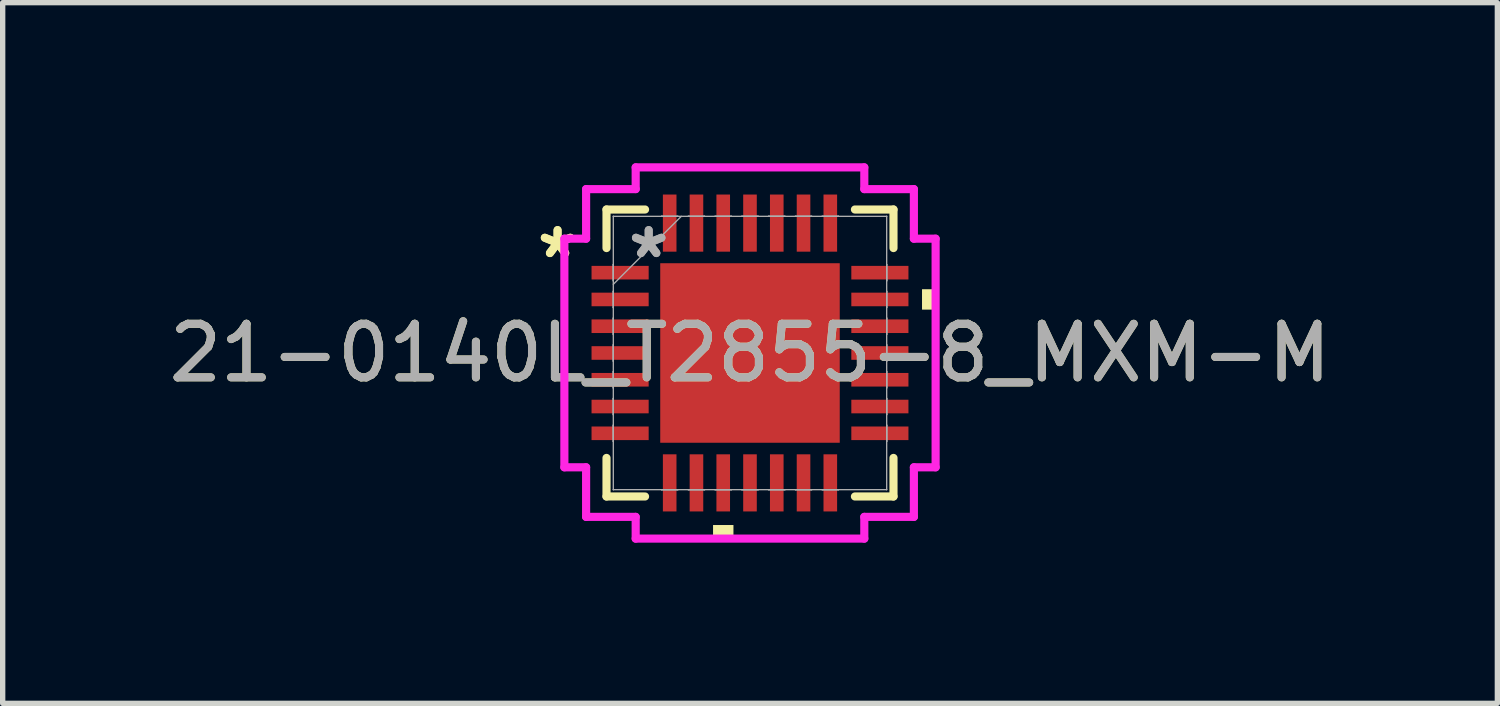
<source format=kicad_pcb>
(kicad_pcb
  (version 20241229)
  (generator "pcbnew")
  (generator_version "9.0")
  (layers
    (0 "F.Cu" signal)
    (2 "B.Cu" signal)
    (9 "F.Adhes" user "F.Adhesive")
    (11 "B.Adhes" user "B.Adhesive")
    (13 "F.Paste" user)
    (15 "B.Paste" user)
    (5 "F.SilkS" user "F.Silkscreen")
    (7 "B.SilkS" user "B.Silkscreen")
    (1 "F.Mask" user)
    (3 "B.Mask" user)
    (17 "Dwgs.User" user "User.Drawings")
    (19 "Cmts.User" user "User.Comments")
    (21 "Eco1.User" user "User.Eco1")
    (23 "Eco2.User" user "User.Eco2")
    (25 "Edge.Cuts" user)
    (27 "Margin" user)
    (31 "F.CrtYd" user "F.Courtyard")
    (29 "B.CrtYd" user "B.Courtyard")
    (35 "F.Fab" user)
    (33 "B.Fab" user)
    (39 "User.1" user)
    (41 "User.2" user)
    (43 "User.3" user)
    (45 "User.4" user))
  (footprint "21-0140L_T2855-8_MXM-M"
    (layer "F.Cu")
    (at 10.958 3.543)
    (property "Reference" "21-0140L_T2855-8_MXM-M" (at 0 0 0) (unlocked yes) (layer "F.SilkS") (effects (font (size 1 1) (thickness 0.15))))
    (attr smd)
    (fp_line (start -2.68 -2.68) (end -2.68 -1.96) (stroke (width 0.152) (type solid)) (layer "F.SilkS"))
    (fp_line (start -2.68 1.96) (end -2.68 2.68) (stroke (width 0.152) (type solid)) (layer "F.SilkS"))
    (fp_line (start -2.68 2.68) (end -1.96 2.68) (stroke (width 0.152) (type solid)) (layer "F.SilkS"))
    (fp_line (start -1.96 -2.68) (end -2.68 -2.68) (stroke (width 0.152) (type solid)) (layer "F.SilkS"))
    (fp_line (start 1.96 2.68) (end 2.68 2.68) (stroke (width 0.152) (type solid)) (layer "F.SilkS"))
    (fp_line (start 2.68 -2.68) (end 1.96 -2.68) (stroke (width 0.152) (type solid)) (layer "F.SilkS"))
    (fp_line (start 2.68 -1.96) (end 2.68 -2.68) (stroke (width 0.152) (type solid)) (layer "F.SilkS"))
    (fp_line (start 2.68 2.68) (end 2.68 1.96) (stroke (width 0.152) (type solid)) (layer "F.SilkS"))
    (fp_poly (pts (xy -0.69 3.213) (xy -0.69 3.467) (xy -0.309 3.467) (xy -0.309 3.213)) (stroke (width 0) (type solid)) (fill yes) (layer "F.SilkS"))
    (fp_poly (pts (xy 3.467 -1.191) (xy 3.467 -0.81) (xy 3.213 -0.81) (xy 3.213 -1.191)) (stroke (width 0) (type solid)) (fill yes) (layer "F.SilkS"))
    (fp_poly (pts (xy -1.576 -1.576) (xy -1.576 -0.1) (xy -0.1 -0.1) (xy -0.1 -1.576)) (stroke (width 0) (type solid)) (fill yes) (layer "F.Paste"))
    (fp_poly (pts (xy -1.576 0.1) (xy -1.576 1.576) (xy -0.1 1.576) (xy -0.1 0.1)) (stroke (width 0) (type solid)) (fill yes) (layer "F.Paste"))
    (fp_poly (pts (xy 0.1 -1.576) (xy 0.1 -0.1) (xy 1.576 -0.1) (xy 1.576 -1.576)) (stroke (width 0) (type solid)) (fill yes) (layer "F.Paste"))
    (fp_poly (pts (xy 0.1 0.1) (xy 0.1 1.576) (xy 1.576 1.576) (xy 1.576 0.1)) (stroke (width 0) (type solid)) (fill yes) (layer "F.Paste"))
    (fp_line (start -3.467 -2.135) (end -3.061 -2.135) (stroke (width 0.152) (type solid)) (layer "F.CrtYd"))
    (fp_line (start -3.467 2.135) (end -3.467 -2.135) (stroke (width 0.152) (type solid)) (layer "F.CrtYd"))
    (fp_line (start -3.061 -3.061) (end -2.135 -3.061) (stroke (width 0.152) (type solid)) (layer "F.CrtYd"))
    (fp_line (start -3.061 -2.135) (end -3.061 -3.061) (stroke (width 0.152) (type solid)) (layer "F.CrtYd"))
    (fp_line (start -3.061 2.135) (end -3.467 2.135) (stroke (width 0.152) (type solid)) (layer "F.CrtYd"))
    (fp_line (start -3.061 3.061) (end -3.061 2.135) (stroke (width 0.152) (type solid)) (layer "F.CrtYd"))
    (fp_line (start -2.135 -3.467) (end 2.135 -3.467) (stroke (width 0.152) (type solid)) (layer "F.CrtYd"))
    (fp_line (start -2.135 -3.061) (end -2.135 -3.467) (stroke (width 0.152) (type solid)) (layer "F.CrtYd"))
    (fp_line (start -2.135 3.061) (end -3.061 3.061) (stroke (width 0.152) (type solid)) (layer "F.CrtYd"))
    (fp_line (start -2.135 3.467) (end -2.135 3.061) (stroke (width 0.152) (type solid)) (layer "F.CrtYd"))
    (fp_line (start 2.135 -3.467) (end 2.135 -3.061) (stroke (width 0.152) (type solid)) (layer "F.CrtYd"))
    (fp_line (start 2.135 -3.061) (end 3.061 -3.061) (stroke (width 0.152) (type solid)) (layer "F.CrtYd"))
    (fp_line (start 2.135 3.061) (end 2.135 3.467) (stroke (width 0.152) (type solid)) (layer "F.CrtYd"))
    (fp_line (start 2.135 3.467) (end -2.135 3.467) (stroke (width 0.152) (type solid)) (layer "F.CrtYd"))
    (fp_line (start 3.061 -3.061) (end 3.061 -2.135) (stroke (width 0.152) (type solid)) (layer "F.CrtYd"))
    (fp_line (start 3.061 -2.135) (end 3.467 -2.135) (stroke (width 0.152) (type solid)) (layer "F.CrtYd"))
    (fp_line (start 3.061 2.135) (end 3.061 3.061) (stroke (width 0.152) (type solid)) (layer "F.CrtYd"))
    (fp_line (start 3.061 3.061) (end 2.135 3.061) (stroke (width 0.152) (type solid)) (layer "F.CrtYd"))
    (fp_line (start 3.467 -2.135) (end 3.467 2.135) (stroke (width 0.152) (type solid)) (layer "F.CrtYd"))
    (fp_line (start 3.467 2.135) (end 3.061 2.135) (stroke (width 0.152) (type solid)) (layer "F.CrtYd"))
    (fp_line (start -2.553 -2.553) (end -2.553 -2.553) (stroke (width 0.025) (type solid)) (layer "F.Fab"))
    (fp_line (start -2.553 -2.553) (end -2.553 2.553) (stroke (width 0.025) (type solid)) (layer "F.Fab"))
    (fp_line (start -2.553 -1.652) (end -2.553 -1.652) (stroke (width 0.025) (type solid)) (layer "F.Fab"))
    (fp_line (start -2.553 -1.652) (end -2.553 -1.348) (stroke (width 0.025) (type solid)) (layer "F.Fab"))
    (fp_line (start -2.553 -1.348) (end -2.553 -1.652) (stroke (width 0.025) (type solid)) (layer "F.Fab"))
    (fp_line (start -2.553 -1.348) (end -2.553 -1.348) (stroke (width 0.025) (type solid)) (layer "F.Fab"))
    (fp_line (start -2.553 -1.283) (end -1.283 -2.553) (stroke (width 0.025) (type solid)) (layer "F.Fab"))
    (fp_line (start -2.553 -1.152) (end -2.553 -1.152) (stroke (width 0.025) (type solid)) (layer "F.Fab"))
    (fp_line (start -2.553 -1.152) (end -2.553 -0.848) (stroke (width 0.025) (type solid)) (layer "F.Fab"))
    (fp_line (start -2.553 -0.848) (end -2.553 -1.152) (stroke (width 0.025) (type solid)) (layer "F.Fab"))
    (fp_line (start -2.553 -0.848) (end -2.553 -0.848) (stroke (width 0.025) (type solid)) (layer "F.Fab"))
    (fp_line (start -2.553 -0.652) (end -2.553 -0.652) (stroke (width 0.025) (type solid)) (layer "F.Fab"))
    (fp_line (start -2.553 -0.652) (end -2.553 -0.348) (stroke (width 0.025) (type solid)) (layer "F.Fab"))
    (fp_line (start -2.553 -0.348) (end -2.553 -0.652) (stroke (width 0.025) (type solid)) (layer "F.Fab"))
    (fp_line (start -2.553 -0.348) (end -2.553 -0.348) (stroke (width 0.025) (type solid)) (layer "F.Fab"))
    (fp_line (start -2.553 -0.152) (end -2.553 -0.152) (stroke (width 0.025) (type solid)) (layer "F.Fab"))
    (fp_line (start -2.553 -0.152) (end -2.553 0.152) (stroke (width 0.025) (type solid)) (layer "F.Fab"))
    (fp_line (start -2.553 0.152) (end -2.553 -0.152) (stroke (width 0.025) (type solid)) (layer "F.Fab"))
    (fp_line (start -2.553 0.152) (end -2.553 0.152) (stroke (width 0.025) (type solid)) (layer "F.Fab"))
    (fp_line (start -2.553 0.348) (end -2.553 0.348) (stroke (width 0.025) (type solid)) (layer "F.Fab"))
    (fp_line (start -2.553 0.348) (end -2.553 0.652) (stroke (width 0.025) (type solid)) (layer "F.Fab"))
    (fp_line (start -2.553 0.652) (end -2.553 0.348) (stroke (width 0.025) (type solid)) (layer "F.Fab"))
    (fp_line (start -2.553 0.652) (end -2.553 0.652) (stroke (width 0.025) (type solid)) (layer "F.Fab"))
    (fp_line (start -2.553 0.848) (end -2.553 0.848) (stroke (width 0.025) (type solid)) (layer "F.Fab"))
    (fp_line (start -2.553 0.848) (end -2.553 1.152) (stroke (width 0.025) (type solid)) (layer "F.Fab"))
    (fp_line (start -2.553 1.152) (end -2.553 0.848) (stroke (width 0.025) (type solid)) (layer "F.Fab"))
    (fp_line (start -2.553 1.152) (end -2.553 1.152) (stroke (width 0.025) (type solid)) (layer "F.Fab"))
    (fp_line (start -2.553 1.348) (end -2.553 1.348) (stroke (width 0.025) (type solid)) (layer "F.Fab"))
    (fp_line (start -2.553 1.348) (end -2.553 1.652) (stroke (width 0.025) (type solid)) (layer "F.Fab"))
    (fp_line (start -2.553 1.652) (end -2.553 1.348) (stroke (width 0.025) (type solid)) (layer "F.Fab"))
    (fp_line (start -2.553 1.652) (end -2.553 1.652) (stroke (width 0.025) (type solid)) (layer "F.Fab"))
    (fp_line (start -2.553 2.553) (end -2.553 2.553) (stroke (width 0.025) (type solid)) (layer "F.Fab"))
    (fp_line (start -2.553 2.553) (end 2.553 2.553) (stroke (width 0.025) (type solid)) (layer "F.Fab"))
    (fp_line (start -1.652 -2.553) (end -1.652 -2.553) (stroke (width 0.025) (type solid)) (layer "F.Fab"))
    (fp_line (start -1.652 -2.553) (end -1.348 -2.553) (stroke (width 0.025) (type solid)) (layer "F.Fab"))
    (fp_line (start -1.652 2.553) (end -1.652 2.553) (stroke (width 0.025) (type solid)) (layer "F.Fab"))
    (fp_line (start -1.652 2.553) (end -1.348 2.553) (stroke (width 0.025) (type solid)) (layer "F.Fab"))
    (fp_line (start -1.348 -2.553) (end -1.652 -2.553) (stroke (width 0.025) (type solid)) (layer "F.Fab"))
    (fp_line (start -1.348 -2.553) (end -1.348 -2.553) (stroke (width 0.025) (type solid)) (layer "F.Fab"))
    (fp_line (start -1.348 2.553) (end -1.652 2.553) (stroke (width 0.025) (type solid)) (layer "F.Fab"))
    (fp_line (start -1.348 2.553) (end -1.348 2.553) (stroke (width 0.025) (type solid)) (layer "F.Fab"))
    (fp_line (start -1.152 -2.553) (end -1.152 -2.553) (stroke (width 0.025) (type solid)) (layer "F.Fab"))
    (fp_line (start -1.152 -2.553) (end -0.848 -2.553) (stroke (width 0.025) (type solid)) (layer "F.Fab"))
    (fp_line (start -1.152 2.553) (end -1.152 2.553) (stroke (width 0.025) (type solid)) (layer "F.Fab"))
    (fp_line (start -1.152 2.553) (end -0.848 2.553) (stroke (width 0.025) (type solid)) (layer "F.Fab"))
    (fp_line (start -0.848 -2.553) (end -1.152 -2.553) (stroke (width 0.025) (type solid)) (layer "F.Fab"))
    (fp_line (start -0.848 -2.553) (end -0.848 -2.553) (stroke (width 0.025) (type solid)) (layer "F.Fab"))
    (fp_line (start -0.848 2.553) (end -1.152 2.553) (stroke (width 0.025) (type solid)) (layer "F.Fab"))
    (fp_line (start -0.848 2.553) (end -0.848 2.553) (stroke (width 0.025) (type solid)) (layer "F.Fab"))
    (fp_line (start -0.652 -2.553) (end -0.652 -2.553) (stroke (width 0.025) (type solid)) (layer "F.Fab"))
    (fp_line (start -0.652 -2.553) (end -0.348 -2.553) (stroke (width 0.025) (type solid)) (layer "F.Fab"))
    (fp_line (start -0.652 2.553) (end -0.652 2.553) (stroke (width 0.025) (type solid)) (layer "F.Fab"))
    (fp_line (start -0.652 2.553) (end -0.348 2.553) (stroke (width 0.025) (type solid)) (layer "F.Fab"))
    (fp_line (start -0.348 -2.553) (end -0.652 -2.553) (stroke (width 0.025) (type solid)) (layer "F.Fab"))
    (fp_line (start -0.348 -2.553) (end -0.348 -2.553) (stroke (width 0.025) (type solid)) (layer "F.Fab"))
    (fp_line (start -0.348 2.553) (end -0.652 2.553) (stroke (width 0.025) (type solid)) (layer "F.Fab"))
    (fp_line (start -0.348 2.553) (end -0.348 2.553) (stroke (width 0.025) (type solid)) (layer "F.Fab"))
    (fp_line (start -0.152 -2.553) (end -0.152 -2.553) (stroke (width 0.025) (type solid)) (layer "F.Fab"))
    (fp_line (start -0.152 -2.553) (end 0.152 -2.553) (stroke (width 0.025) (type solid)) (layer "F.Fab"))
    (fp_line (start -0.152 2.553) (end -0.152 2.553) (stroke (width 0.025) (type solid)) (layer "F.Fab"))
    (fp_line (start -0.152 2.553) (end 0.152 2.553) (stroke (width 0.025) (type solid)) (layer "F.Fab"))
    (fp_line (start 0.152 -2.553) (end -0.152 -2.553) (stroke (width 0.025) (type solid)) (layer "F.Fab"))
    (fp_line (start 0.152 -2.553) (end 0.152 -2.553) (stroke (width 0.025) (type solid)) (layer "F.Fab"))
    (fp_line (start 0.152 2.553) (end -0.152 2.553) (stroke (width 0.025) (type solid)) (layer "F.Fab"))
    (fp_line (start 0.152 2.553) (end 0.152 2.553) (stroke (width 0.025) (type solid)) (layer "F.Fab"))
    (fp_line (start 0.348 -2.553) (end 0.348 -2.553) (stroke (width 0.025) (type solid)) (layer "F.Fab"))
    (fp_line (start 0.348 -2.553) (end 0.652 -2.553) (stroke (width 0.025) (type solid)) (layer "F.Fab"))
    (fp_line (start 0.348 2.553) (end 0.348 2.553) (stroke (width 0.025) (type solid)) (layer "F.Fab"))
    (fp_line (start 0.348 2.553) (end 0.652 2.553) (stroke (width 0.025) (type solid)) (layer "F.Fab"))
    (fp_line (start 0.652 -2.553) (end 0.348 -2.553) (stroke (width 0.025) (type solid)) (layer "F.Fab"))
    (fp_line (start 0.652 -2.553) (end 0.652 -2.553) (stroke (width 0.025) (type solid)) (layer "F.Fab"))
    (fp_line (start 0.652 2.553) (end 0.348 2.553) (stroke (width 0.025) (type solid)) (layer "F.Fab"))
    (fp_line (start 0.652 2.553) (end 0.652 2.553) (stroke (width 0.025) (type solid)) (layer "F.Fab"))
    (fp_line (start 0.848 -2.553) (end 0.848 -2.553) (stroke (width 0.025) (type solid)) (layer "F.Fab"))
    (fp_line (start 0.848 -2.553) (end 1.152 -2.553) (stroke (width 0.025) (type solid)) (layer "F.Fab"))
    (fp_line (start 0.848 2.553) (end 0.848 2.553) (stroke (width 0.025) (type solid)) (layer "F.Fab"))
    (fp_line (start 0.848 2.553) (end 1.152 2.553) (stroke (width 0.025) (type solid)) (layer "F.Fab"))
    (fp_line (start 1.152 -2.553) (end 0.848 -2.553) (stroke (width 0.025) (type solid)) (layer "F.Fab"))
    (fp_line (start 1.152 -2.553) (end 1.152 -2.553) (stroke (width 0.025) (type solid)) (layer "F.Fab"))
    (fp_line (start 1.152 2.553) (end 0.848 2.553) (stroke (width 0.025) (type solid)) (layer "F.Fab"))
    (fp_line (start 1.152 2.553) (end 1.152 2.553) (stroke (width 0.025) (type solid)) (layer "F.Fab"))
    (fp_line (start 1.348 -2.553) (end 1.348 -2.553) (stroke (width 0.025) (type solid)) (layer "F.Fab"))
    (fp_line (start 1.348 -2.553) (end 1.652 -2.553) (stroke (width 0.025) (type solid)) (layer "F.Fab"))
    (fp_line (start 1.348 2.553) (end 1.348 2.553) (stroke (width 0.025) (type solid)) (layer "F.Fab"))
    (fp_line (start 1.348 2.553) (end 1.652 2.553) (stroke (width 0.025) (type solid)) (layer "F.Fab"))
    (fp_line (start 1.652 -2.553) (end 1.348 -2.553) (stroke (width 0.025) (type solid)) (layer "F.Fab"))
    (fp_line (start 1.652 -2.553) (end 1.652 -2.553) (stroke (width 0.025) (type solid)) (layer "F.Fab"))
    (fp_line (start 1.652 2.553) (end 1.348 2.553) (stroke (width 0.025) (type solid)) (layer "F.Fab"))
    (fp_line (start 1.652 2.553) (end 1.652 2.553) (stroke (width 0.025) (type solid)) (layer "F.Fab"))
    (fp_line (start 2.553 -2.553) (end -2.553 -2.553) (stroke (width 0.025) (type solid)) (layer "F.Fab"))
    (fp_line (start 2.553 -2.553) (end 2.553 -2.553) (stroke (width 0.025) (type solid)) (layer "F.Fab"))
    (fp_line (start 2.553 -1.652) (end 2.553 -1.652) (stroke (width 0.025) (type solid)) (layer "F.Fab"))
    (fp_line (start 2.553 -1.652) (end 2.553 -1.348) (stroke (width 0.025) (type solid)) (layer "F.Fab"))
    (fp_line (start 2.553 -1.348) (end 2.553 -1.652) (stroke (width 0.025) (type solid)) (layer "F.Fab"))
    (fp_line (start 2.553 -1.348) (end 2.553 -1.348) (stroke (width 0.025) (type solid)) (layer "F.Fab"))
    (fp_line (start 2.553 -1.152) (end 2.553 -1.152) (stroke (width 0.025) (type solid)) (layer "F.Fab"))
    (fp_line (start 2.553 -1.152) (end 2.553 -0.848) (stroke (width 0.025) (type solid)) (layer "F.Fab"))
    (fp_line (start 2.553 -0.848) (end 2.553 -1.152) (stroke (width 0.025) (type solid)) (layer "F.Fab"))
    (fp_line (start 2.553 -0.848) (end 2.553 -0.848) (stroke (width 0.025) (type solid)) (layer "F.Fab"))
    (fp_line (start 2.553 -0.652) (end 2.553 -0.652) (stroke (width 0.025) (type solid)) (layer "F.Fab"))
    (fp_line (start 2.553 -0.652) (end 2.553 -0.348) (stroke (width 0.025) (type solid)) (layer "F.Fab"))
    (fp_line (start 2.553 -0.348) (end 2.553 -0.652) (stroke (width 0.025) (type solid)) (layer "F.Fab"))
    (fp_line (start 2.553 -0.348) (end 2.553 -0.348) (stroke (width 0.025) (type solid)) (layer "F.Fab"))
    (fp_line (start 2.553 -0.152) (end 2.553 -0.152) (stroke (width 0.025) (type solid)) (layer "F.Fab"))
    (fp_line (start 2.553 -0.152) (end 2.553 0.152) (stroke (width 0.025) (type solid)) (layer "F.Fab"))
    (fp_line (start 2.553 0.152) (end 2.553 -0.152) (stroke (width 0.025) (type solid)) (layer "F.Fab"))
    (fp_line (start 2.553 0.152) (end 2.553 0.152) (stroke (width 0.025) (type solid)) (layer "F.Fab"))
    (fp_line (start 2.553 0.348) (end 2.553 0.348) (stroke (width 0.025) (type solid)) (layer "F.Fab"))
    (fp_line (start 2.553 0.348) (end 2.553 0.652) (stroke (width 0.025) (type solid)) (layer "F.Fab"))
    (fp_line (start 2.553 0.652) (end 2.553 0.348) (stroke (width 0.025) (type solid)) (layer "F.Fab"))
    (fp_line (start 2.553 0.652) (end 2.553 0.652) (stroke (width 0.025) (type solid)) (layer "F.Fab"))
    (fp_line (start 2.553 0.848) (end 2.553 0.848) (stroke (width 0.025) (type solid)) (layer "F.Fab"))
    (fp_line (start 2.553 0.848) (end 2.553 1.152) (stroke (width 0.025) (type solid)) (layer "F.Fab"))
    (fp_line (start 2.553 1.152) (end 2.553 0.848) (stroke (width 0.025) (type solid)) (layer "F.Fab"))
    (fp_line (start 2.553 1.152) (end 2.553 1.152) (stroke (width 0.025) (type solid)) (layer "F.Fab"))
    (fp_line (start 2.553 1.348) (end 2.553 1.348) (stroke (width 0.025) (type solid)) (layer "F.Fab"))
    (fp_line (start 2.553 1.348) (end 2.553 1.652) (stroke (width 0.025) (type solid)) (layer "F.Fab"))
    (fp_line (start 2.553 1.652) (end 2.553 1.348) (stroke (width 0.025) (type solid)) (layer "F.Fab"))
    (fp_line (start 2.553 1.652) (end 2.553 1.652) (stroke (width 0.025) (type solid)) (layer "F.Fab"))
    (fp_line (start 2.553 2.553) (end 2.553 -2.553) (stroke (width 0.025) (type solid)) (layer "F.Fab"))
    (fp_line (start 2.553 2.553) (end 2.553 2.553) (stroke (width 0.025) (type solid)) (layer "F.Fab"))
    (fp_text user "*" (at -3.594 -1.75 0) (layer "F.SilkS") (effects (font (size 1 1) (thickness 0.15))))
    (fp_text user "*" (at -3.594 -1.75 0) (unlocked yes) (layer "F.SilkS") (effects (font (size 1 1) (thickness 0.15))))
    (fp_text user "*" (at -1.892 -1.75 0) (layer "F.Fab") (effects (font (size 1 1) (thickness 0.15))))
    (fp_text user "*" (at -1.892 -1.75 0) (unlocked yes) (layer "F.Fab") (effects (font (size 1 1) (thickness 0.15))))
    (fp_text user "${REFERENCE}" (at 0 0 0) (unlocked yes) (layer "F.Fab") (effects (font (size 1 1) (thickness 0.15))))
    (pad "1" smd rect (at -2.426 -1.5 90) (size 0.254 1.067) (layers "F.Cu" "F.Mask" "F.Paste"))
    (pad "2" smd rect (at -2.426 -1 90) (size 0.254 1.067) (layers "F.Cu" "F.Mask" "F.Paste"))
    (pad "3" smd rect (at -2.426 -0.5 90) (size 0.254 1.067) (layers "F.Cu" "F.Mask" "F.Paste"))
    (pad "4" smd rect (at -2.426 0 90) (size 0.254 1.067) (layers "F.Cu" "F.Mask" "F.Paste"))
    (pad "5" smd rect (at -2.426 0.5 90) (size 0.254 1.067) (layers "F.Cu" "F.Mask" "F.Paste"))
    (pad "6" smd rect (at -2.426 1 90) (size 0.254 1.067) (layers "F.Cu" "F.Mask" "F.Paste"))
    (pad "7" smd rect (at -2.426 1.5 90) (size 0.254 1.067) (layers "F.Cu" "F.Mask" "F.Paste"))
    (pad "8" smd rect (at -1.5 2.426) (size 0.254 1.067) (layers "F.Cu" "F.Mask" "F.Paste"))
    (pad "9" smd rect (at -1 2.426) (size 0.254 1.067) (layers "F.Cu" "F.Mask" "F.Paste"))
    (pad "10" smd rect (at -0.5 2.426) (size 0.254 1.067) (layers "F.Cu" "F.Mask" "F.Paste"))
    (pad "11" smd rect (at 0 2.426) (size 0.254 1.067) (layers "F.Cu" "F.Mask" "F.Paste"))
    (pad "12" smd rect (at 0.5 2.426) (size 0.254 1.067) (layers "F.Cu" "F.Mask" "F.Paste"))
    (pad "13" smd rect (at 1 2.426) (size 0.254 1.067) (layers "F.Cu" "F.Mask" "F.Paste"))
    (pad "14" smd rect (at 1.5 2.426) (size 0.254 1.067) (layers "F.Cu" "F.Mask" "F.Paste"))
    (pad "15" smd rect (at 2.426 1.5 90) (size 0.254 1.067) (layers "F.Cu" "F.Mask" "F.Paste"))
    (pad "16" smd rect (at 2.426 1 90) (size 0.254 1.067) (layers "F.Cu" "F.Mask" "F.Paste"))
    (pad "17" smd rect (at 2.426 0.5 90) (size 0.254 1.067) (layers "F.Cu" "F.Mask" "F.Paste"))
    (pad "18" smd rect (at 2.426 0 90) (size 0.254 1.067) (layers "F.Cu" "F.Mask" "F.Paste"))
    (pad "19" smd rect (at 2.426 -0.5 90) (size 0.254 1.067) (layers "F.Cu" "F.Mask" "F.Paste"))
    (pad "20" smd rect (at 2.426 -1 90) (size 0.254 1.067) (layers "F.Cu" "F.Mask" "F.Paste"))
    (pad "21" smd rect (at 2.426 -1.5 90) (size 0.254 1.067) (layers "F.Cu" "F.Mask" "F.Paste"))
    (pad "22" smd rect (at 1.5 -2.426) (size 0.254 1.067) (layers "F.Cu" "F.Mask" "F.Paste"))
    (pad "23" smd rect (at 1 -2.426) (size 0.254 1.067) (layers "F.Cu" "F.Mask" "F.Paste"))
    (pad "24" smd rect (at 0.5 -2.426) (size 0.254 1.067) (layers "F.Cu" "F.Mask" "F.Paste"))
    (pad "25" smd rect (at 0 -2.426) (size 0.254 1.067) (layers "F.Cu" "F.Mask" "F.Paste"))
    (pad "26" smd rect (at -0.5 -2.426) (size 0.254 1.067) (layers "F.Cu" "F.Mask" "F.Paste"))
    (pad "27" smd rect (at -1 -2.426) (size 0.254 1.067) (layers "F.Cu" "F.Mask" "F.Paste"))
    (pad "28" smd rect (at -1.5 -2.426) (size 0.254 1.067) (layers "F.Cu" "F.Mask" "F.Paste"))
    (pad "29" smd rect (at 0 0) (size 3.353 3.353) (layers "F.Cu" "F.Mask")))
  (gr_rect
    (start -3 -3)
    (end 24.917 10.087)
    (stroke (width 0.1) (type default))
    (fill no)
    (layer "Edge.Cuts")))
</source>
